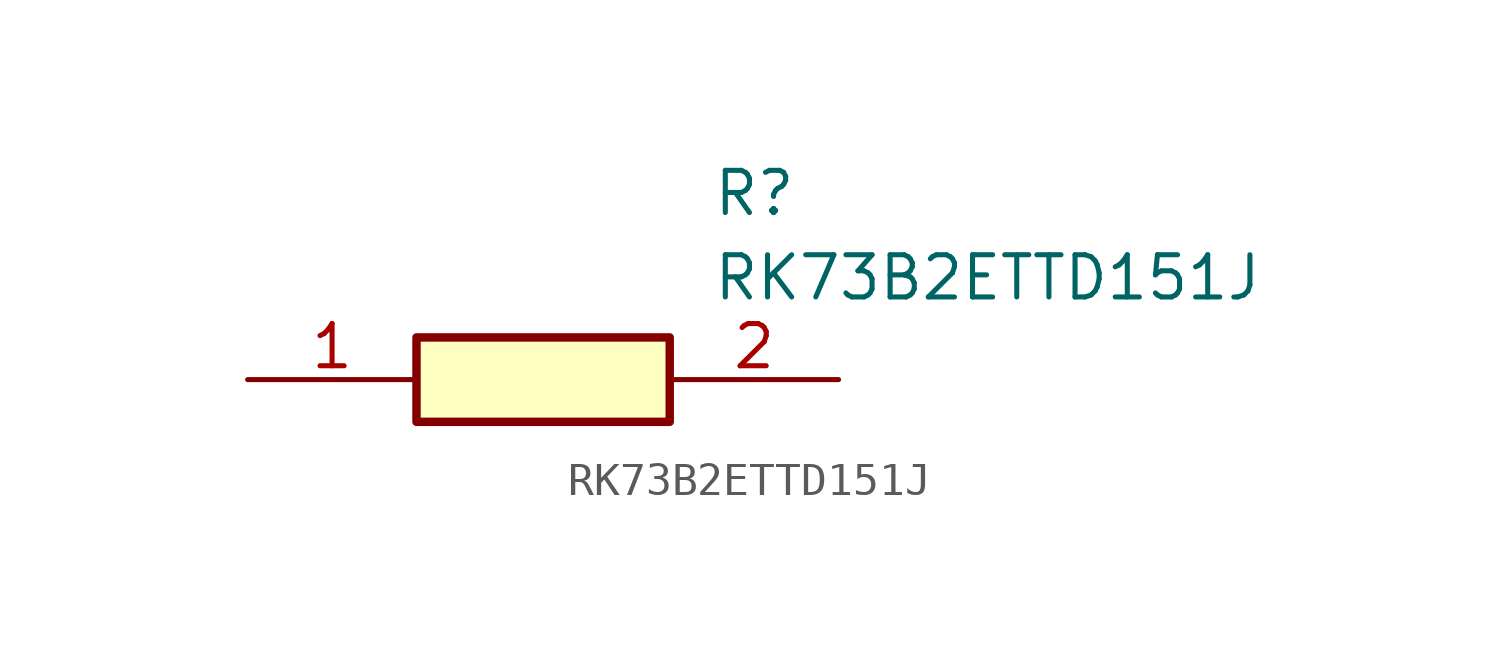
<source format=kicad_sym>
(kicad_symbol_lib
  (version 20211014)
  (generator SamacSys_ECAD_Model)
  (symbol "RK73B2ETTD151J"
    (pin_names hide)
    (property "Reference" "R"
      (at 13.97 6.35 0)
      (effects (font (size 1.27 1.27)) (justify left top)))
    (property "Value" "RK73B2ETTD151J"
      (at 13.97 3.81 0)
      (effects (font (size 1.27 1.27)) (justify left top)))
    (rectangle
      (start 5.08 1.27)
      (end 12.7 -1.27)
      (stroke (width 0.254) (type default))
      (fill (type background)))
    (pin passive line
      (at 0 0 0)
      (length 5.08)
      (name "1" (effects (font (size 1.27 1.27))))
      (number "1" (effects (font (size 1.27 1.27)))))
    (pin passive line
      (at 17.78 0 180)
      (length 5.08)
      (name "2" (effects (font (size 1.27 1.27))))
      (number "2" (effects (font (size 1.27 1.27)))))))
</source>
